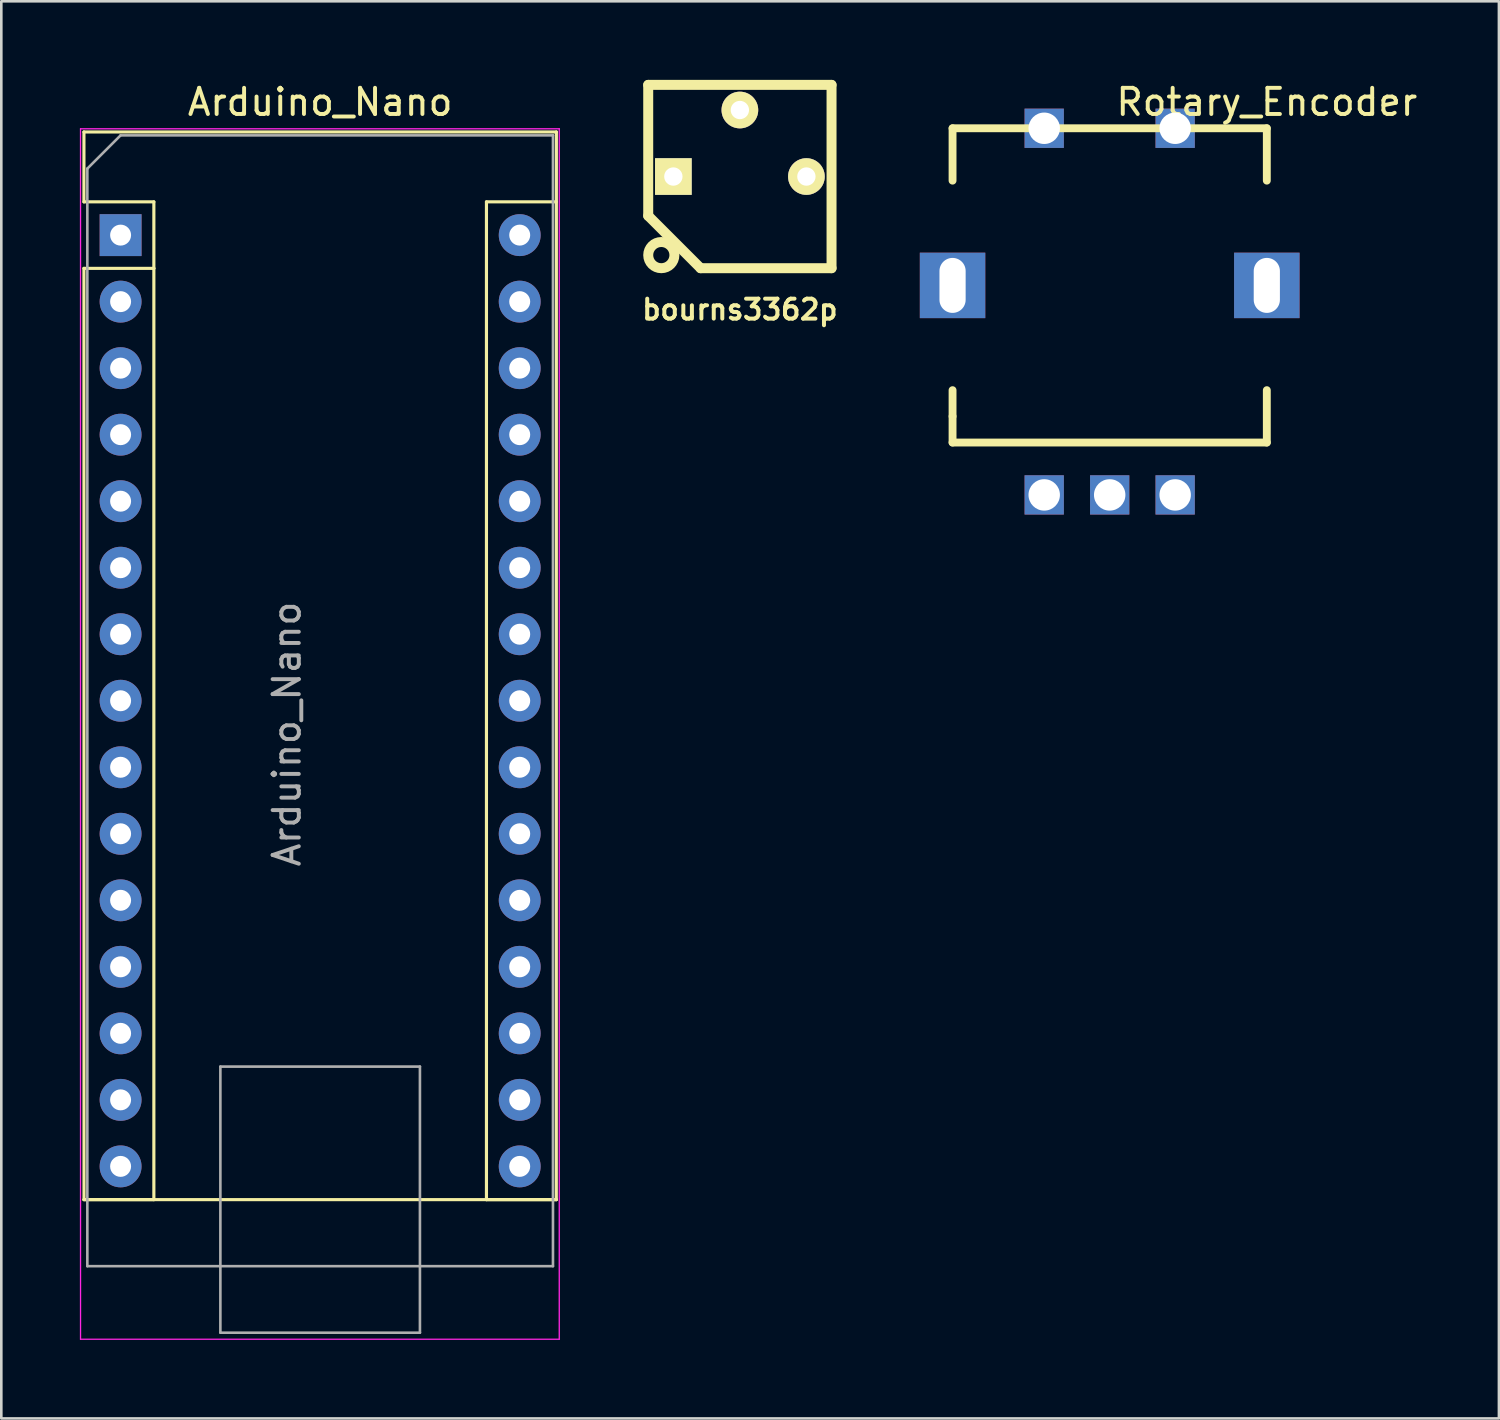
<source format=kicad_pcb>
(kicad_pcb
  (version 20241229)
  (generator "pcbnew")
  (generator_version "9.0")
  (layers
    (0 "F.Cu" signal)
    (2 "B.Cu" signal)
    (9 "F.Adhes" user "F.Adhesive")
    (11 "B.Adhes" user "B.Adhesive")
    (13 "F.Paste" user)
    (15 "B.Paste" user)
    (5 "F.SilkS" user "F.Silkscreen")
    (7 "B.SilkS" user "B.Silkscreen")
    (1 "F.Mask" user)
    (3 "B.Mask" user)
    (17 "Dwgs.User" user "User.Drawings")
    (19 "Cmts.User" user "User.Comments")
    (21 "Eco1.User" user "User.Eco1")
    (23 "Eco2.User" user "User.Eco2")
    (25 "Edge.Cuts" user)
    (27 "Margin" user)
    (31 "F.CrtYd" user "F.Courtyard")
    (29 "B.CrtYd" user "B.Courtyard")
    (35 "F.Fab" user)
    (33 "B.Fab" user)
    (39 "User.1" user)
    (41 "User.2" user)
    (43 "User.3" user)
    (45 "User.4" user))
  (footprint "Rotary_Encoder"
    (layer "F.Cu")
    (at 33.323 13.848)
    (property "Reference" "Rotary_Encoder" (at 12 -13 0) (layer "F.SilkS") (effects (font (size 1 1) (thickness 0.15))))
    (attr through_hole)
    (fp_line (start 0 -12) (end 0 -10) (stroke (width 0.3) (type solid)) (layer "F.SilkS"))
    (fp_line (start 0 -1) (end 0 -2) (stroke (width 0.3) (type solid)) (layer "F.SilkS"))
    (fp_line (start 0 0) (end 0 -1) (stroke (width 0.3) (type solid)) (layer "F.SilkS"))
    (fp_line (start 0 0) (end 12 0) (stroke (width 0.3) (type solid)) (layer "F.SilkS"))
    (fp_line (start 12 -12) (end 0 -12) (stroke (width 0.3) (type solid)) (layer "F.SilkS"))
    (fp_line (start 12 -12) (end 12 -10) (stroke (width 0.3) (type solid)) (layer "F.SilkS"))
    (fp_line (start 12 0) (end 12 -2) (stroke (width 0.3) (type solid)) (layer "F.SilkS"))
    (pad "" np_thru_hole rect (at 0 -6) (size 2.5 2.5) (drill oval 1 2.1) (layers "*.Cu" "*.Mask"))
    (pad "" np_thru_hole rect (at 12 -6) (size 2.5 2.5) (drill oval 1 2.1) (layers "*.Cu" "*.Mask"))
    (pad "1" thru_hole rect (at 3.5 2) (size 1.5 1.5) (drill 1.2) (layers "*.Cu" "*.Mask"))
    (pad "2" thru_hole rect (at 6 2) (size 1.5 1.5) (drill 1.2) (layers "*.Cu" "*.Mask"))
    (pad "3" thru_hole rect (at 8.5 2 90) (size 1.5 1.5) (drill 1.2) (layers "*.Cu" "*.Mask"))
    (pad "4" thru_hole rect (at 3.5 -12) (size 1.5 1.5) (drill 1.2) (layers "*.Cu" "*.Mask"))
    (pad "5" thru_hole rect (at 8.5 -12) (size 1.5 1.5) (drill 1.2) (layers "*.Cu" "*.Mask")))
  (footprint "bourns3362p"
    (layer "F.Cu")
    (at 25.202 3.691)
    (property "Reference" "bourns3362p" (at 0 5.08 0) (layer "F.SilkS") (effects (font (size 0.762 0.762) (thickness 0.152))))
    (attr through_hole)
    (fp_line (start -3.5 -3.5) (end 3.5 -3.5) (stroke (width 0.381) (type solid)) (layer "F.SilkS"))
    (fp_line (start -3.5 1.5) (end -3.5 -3.5) (stroke (width 0.381) (type solid)) (layer "F.SilkS"))
    (fp_line (start -3.5 1.5) (end -1.5 3.5) (stroke (width 0.381) (type solid)) (layer "F.SilkS"))
    (fp_line (start -1.5 3.5) (end 3.5 3.5) (stroke (width 0.381) (type solid)) (layer "F.SilkS"))
    (fp_line (start 3.5 -3.5) (end 3.5 3.5) (stroke (width 0.381) (type solid)) (layer "F.SilkS"))
    (fp_circle (center -3 3) (end -3 3.5) (stroke (width 0.381) (type solid)) (fill no) (layer "F.SilkS"))
    (pad "1" thru_hole rect (at -2.54 0) (size 1.4 1.4) (drill 0.7) (layers "*.Cu" "*.Mask" "F.SilkS"))
    (pad "2" thru_hole circle (at 0 -2.54) (size 1.4 1.4) (drill 0.7) (layers "*.Cu" "*.Mask" "F.SilkS"))
    (pad "3" thru_hole circle (at 2.54 0) (size 1.4 1.4) (drill 0.7) (layers "*.Cu" "*.Mask" "F.SilkS")))
  (footprint "Arduino_Nano"
    (layer "F.Cu")
    (at 1.555 5.928)
    (property "Reference" "Arduino_Nano" (at 7.62 -5.08 0) (layer "F.SilkS") (effects (font (size 1 1) (thickness 0.15))))
    (attr through_hole)
    (fp_line (start -1.4 -3.94) (end -1.4 -1.27) (stroke (width 0.12) (type solid)) (layer "F.SilkS"))
    (fp_line (start -1.4 1.27) (end -1.397 36.83) (stroke (width 0.12) (type solid)) (layer "F.SilkS"))
    (fp_line (start -1.397 36.83) (end 16.637 36.83) (stroke (width 0.12) (type solid)) (layer "F.SilkS"))
    (fp_line (start 1.27 -1.27) (end -1.4 -1.27) (stroke (width 0.12) (type solid)) (layer "F.SilkS"))
    (fp_line (start 1.27 1.27) (end -1.4 1.27) (stroke (width 0.12) (type solid)) (layer "F.SilkS"))
    (fp_line (start 1.27 1.27) (end 1.27 -1.27) (stroke (width 0.12) (type solid)) (layer "F.SilkS"))
    (fp_line (start 1.27 1.27) (end 1.27 36.83) (stroke (width 0.12) (type solid)) (layer "F.SilkS"))
    (fp_line (start 1.27 36.83) (end -1.4 36.83) (stroke (width 0.12) (type solid)) (layer "F.SilkS"))
    (fp_line (start 13.97 -1.27) (end 13.97 36.83) (stroke (width 0.12) (type solid)) (layer "F.SilkS"))
    (fp_line (start 13.97 -1.27) (end 16.64 -1.27) (stroke (width 0.12) (type solid)) (layer "F.SilkS"))
    (fp_line (start 13.97 36.83) (end 16.64 36.83) (stroke (width 0.12) (type solid)) (layer "F.SilkS"))
    (fp_line (start 16.637 36.83) (end 16.64 -3.94) (stroke (width 0.12) (type solid)) (layer "F.SilkS"))
    (fp_line (start 16.64 -3.94) (end -1.4 -3.94) (stroke (width 0.12) (type solid)) (layer "F.SilkS"))
    (fp_line (start -1.53 -4.06) (end -1.53 42.16) (stroke (width 0.05) (type solid)) (layer "F.CrtYd"))
    (fp_line (start -1.53 -4.06) (end 16.75 -4.06) (stroke (width 0.05) (type solid)) (layer "F.CrtYd"))
    (fp_line (start 16.75 42.16) (end -1.53 42.16) (stroke (width 0.05) (type solid)) (layer "F.CrtYd"))
    (fp_line (start 16.75 42.16) (end 16.75 -4.06) (stroke (width 0.05) (type solid)) (layer "F.CrtYd"))
    (fp_line (start -1.27 -2.54) (end 0 -3.81) (stroke (width 0.1) (type solid)) (layer "F.Fab"))
    (fp_line (start -1.27 39.37) (end -1.27 -2.54) (stroke (width 0.1) (type solid)) (layer "F.Fab"))
    (fp_line (start 0 -3.81) (end 16.51 -3.81) (stroke (width 0.1) (type solid)) (layer "F.Fab"))
    (fp_line (start 3.81 31.75) (end 11.43 31.75) (stroke (width 0.1) (type solid)) (layer "F.Fab"))
    (fp_line (start 3.81 41.91) (end 3.81 31.75) (stroke (width 0.1) (type solid)) (layer "F.Fab"))
    (fp_line (start 11.43 31.75) (end 11.43 41.91) (stroke (width 0.1) (type solid)) (layer "F.Fab"))
    (fp_line (start 11.43 41.91) (end 3.81 41.91) (stroke (width 0.1) (type solid)) (layer "F.Fab"))
    (fp_line (start 16.51 -3.81) (end 16.51 39.37) (stroke (width 0.1) (type solid)) (layer "F.Fab"))
    (fp_line (start 16.51 39.37) (end -1.27 39.37) (stroke (width 0.1) (type solid)) (layer "F.Fab"))
    (fp_text user "${REFERENCE}" (at 6.35 19.05 90) (layer "F.Fab") (effects (font (size 1 1) (thickness 0.15))))
    (pad "1" thru_hole rect (at 0 0) (size 1.6 1.6) (drill 0.8) (layers "*.Cu" "*.Mask"))
    (pad "2" thru_hole oval (at 0 2.54) (size 1.6 1.6) (drill 0.8) (layers "*.Cu" "*.Mask"))
    (pad "3" thru_hole oval (at 0 5.08) (size 1.6 1.6) (drill 0.8) (layers "*.Cu" "*.Mask"))
    (pad "4" thru_hole oval (at 0 7.62) (size 1.6 1.6) (drill 0.8) (layers "*.Cu" "*.Mask"))
    (pad "5" thru_hole oval (at 0 10.16) (size 1.6 1.6) (drill 0.8) (layers "*.Cu" "*.Mask"))
    (pad "6" thru_hole oval (at 0 12.7) (size 1.6 1.6) (drill 0.8) (layers "*.Cu" "*.Mask"))
    (pad "7" thru_hole oval (at 0 15.24) (size 1.6 1.6) (drill 0.8) (layers "*.Cu" "*.Mask"))
    (pad "8" thru_hole oval (at 0 17.78) (size 1.6 1.6) (drill 0.8) (layers "*.Cu" "*.Mask"))
    (pad "9" thru_hole oval (at 0 20.32) (size 1.6 1.6) (drill 0.8) (layers "*.Cu" "*.Mask"))
    (pad "10" thru_hole oval (at 0 22.86) (size 1.6 1.6) (drill 0.8) (layers "*.Cu" "*.Mask"))
    (pad "11" thru_hole oval (at 0 25.4) (size 1.6 1.6) (drill 0.8) (layers "*.Cu" "*.Mask"))
    (pad "12" thru_hole oval (at 0 27.94) (size 1.6 1.6) (drill 0.8) (layers "*.Cu" "*.Mask"))
    (pad "13" thru_hole oval (at 0 30.48) (size 1.6 1.6) (drill 0.8) (layers "*.Cu" "*.Mask"))
    (pad "14" thru_hole oval (at 0 33.02) (size 1.6 1.6) (drill 0.8) (layers "*.Cu" "*.Mask"))
    (pad "15" thru_hole oval (at 0 35.56) (size 1.6 1.6) (drill 0.8) (layers "*.Cu" "*.Mask"))
    (pad "16" thru_hole oval (at 15.24 35.56) (size 1.6 1.6) (drill 0.8) (layers "*.Cu" "*.Mask"))
    (pad "17" thru_hole oval (at 15.24 33.02) (size 1.6 1.6) (drill 0.8) (layers "*.Cu" "*.Mask"))
    (pad "18" thru_hole oval (at 15.24 30.48) (size 1.6 1.6) (drill 0.8) (layers "*.Cu" "*.Mask"))
    (pad "19" thru_hole oval (at 15.24 27.94) (size 1.6 1.6) (drill 0.8) (layers "*.Cu" "*.Mask"))
    (pad "20" thru_hole oval (at 15.24 25.4) (size 1.6 1.6) (drill 0.8) (layers "*.Cu" "*.Mask"))
    (pad "21" thru_hole oval (at 15.24 22.86) (size 1.6 1.6) (drill 0.8) (layers "*.Cu" "*.Mask"))
    (pad "22" thru_hole oval (at 15.24 20.32) (size 1.6 1.6) (drill 0.8) (layers "*.Cu" "*.Mask"))
    (pad "23" thru_hole oval (at 15.24 17.78) (size 1.6 1.6) (drill 0.8) (layers "*.Cu" "*.Mask"))
    (pad "24" thru_hole oval (at 15.24 15.24) (size 1.6 1.6) (drill 0.8) (layers "*.Cu" "*.Mask"))
    (pad "25" thru_hole oval (at 15.24 12.7) (size 1.6 1.6) (drill 0.8) (layers "*.Cu" "*.Mask"))
    (pad "26" thru_hole oval (at 15.24 10.16) (size 1.6 1.6) (drill 0.8) (layers "*.Cu" "*.Mask"))
    (pad "27" thru_hole oval (at 15.24 7.62) (size 1.6 1.6) (drill 0.8) (layers "*.Cu" "*.Mask"))
    (pad "28" thru_hole oval (at 15.24 5.08) (size 1.6 1.6) (drill 0.8) (layers "*.Cu" "*.Mask"))
    (pad "29" thru_hole oval (at 15.24 2.54) (size 1.6 1.6) (drill 0.8) (layers "*.Cu" "*.Mask"))
    (pad "30" thru_hole oval (at 15.24 0) (size 1.6 1.6) (drill 0.8) (layers "*.Cu" "*.Mask")))
  (gr_rect
    (start -3 -3)
    (end 54.186 51.113)
    (stroke (width 0.1) (type default))
    (fill no)
    (layer "Edge.Cuts")))
</source>
